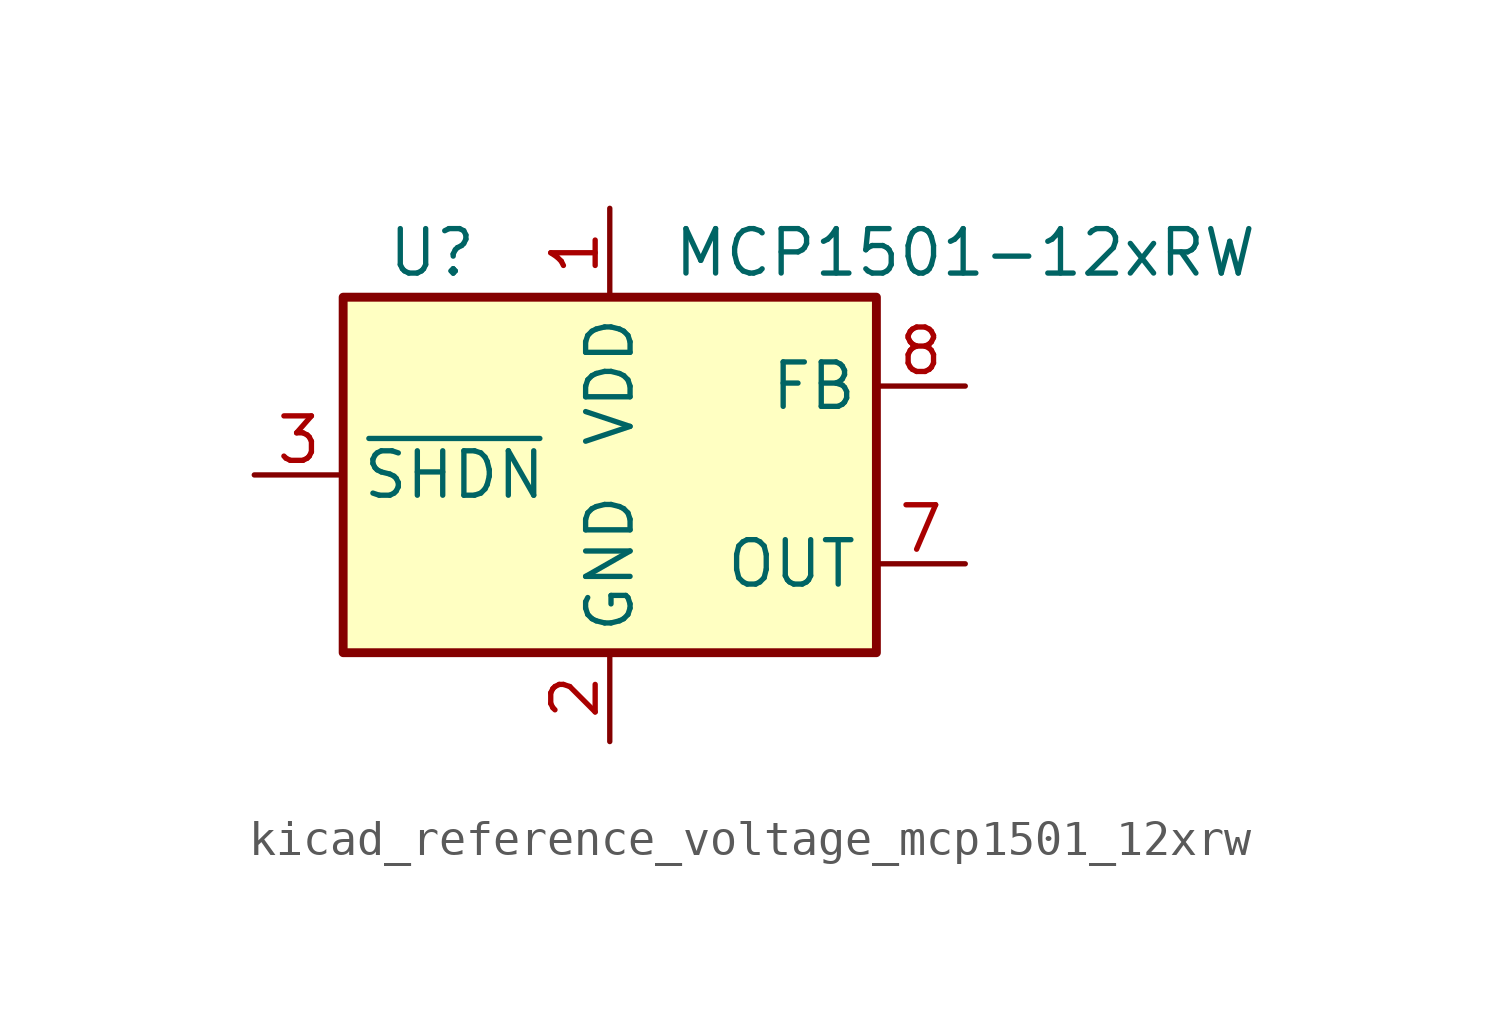
<source format=kicad_sym>
(kicad_symbol_lib
  (version 20220914)
  (generator kicad_symbol_editor)
  (symbol "kicad_reference_voltage_mcp1501_12xrw"
    (property "Reference" "U"
      (at -5.08 6.35 0)
      (effects (font (size 1.27 1.27))))
    (property "Value" "MCP1501-12xRW"
      (at 10.16 6.35 0)
      (effects (font (size 1.27 1.27))))
    (symbol "kicad_reference_voltage_mcp1501_12xrw_0_0"
      (pin power_in line (at 0 7.62 270) (length 2.54) (name "VDD" (effects (font (size 1.27 1.27)))) (number "1" (effects (font (size 1.27 1.27)))))
      (pin power_in line (at 0 -7.62 90) (length 2.54) (name "GND" (effects (font (size 1.27 1.27)))) (number "2" (effects (font (size 1.27 1.27)))))
      (pin input line (at -10.16 0 0) (length 2.54) (name "~{SHDN}" (effects (font (size 1.27 1.27)))) (number "3" (effects (font (size 1.27 1.27)))))
      (pin passive line (at 0 -7.62 90) (length 2.54) hide (name "GND" (effects (font (size 1.27 1.27)))) (number "4" (effects (font (size 1.27 1.27)))))
      (pin passive line (at 0 -7.62 90) (length 2.54) hide (name "GND" (effects (font (size 1.27 1.27)))) (number "5" (effects (font (size 1.27 1.27)))))
      (pin passive line (at 0 -7.62 90) (length 2.54) hide (name "GND" (effects (font (size 1.27 1.27)))) (number "6" (effects (font (size 1.27 1.27)))))
      (pin power_out line (at 10.16 -2.54 180) (length 2.54) (name "OUT" (effects (font (size 1.27 1.27)))) (number "7" (effects (font (size 1.27 1.27)))))
      (pin input line (at 10.16 2.54 180) (length 2.54) (name "FB" (effects (font (size 1.27 1.27)))) (number "8" (effects (font (size 1.27 1.27))))))
    (symbol "kicad_reference_voltage_mcp1501_12xrw_0_1"
      (rectangle (start -7.62 5.08) (end 7.62 -5.08) (stroke (width 0.254) (type default)) (fill (type background))))))
</source>
